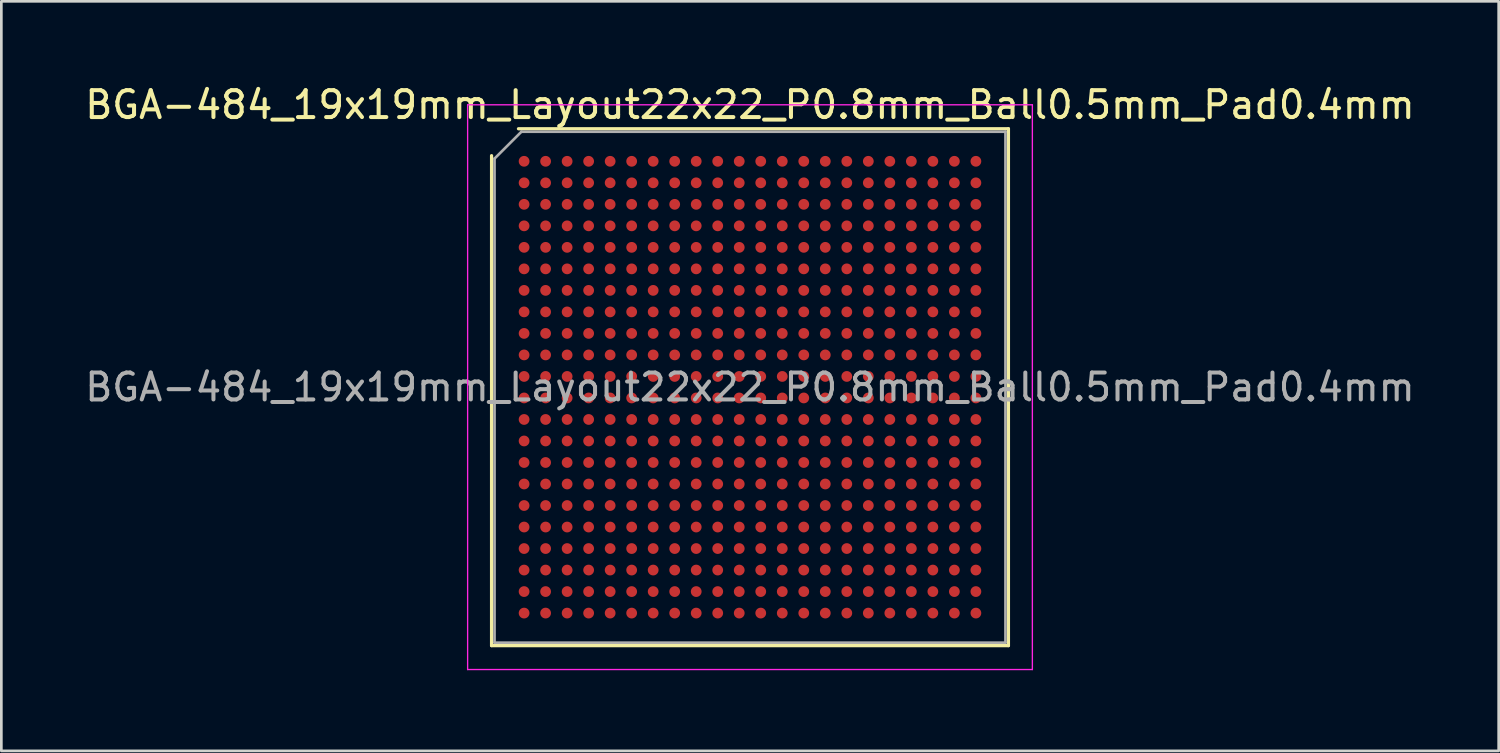
<source format=kicad_pcb>
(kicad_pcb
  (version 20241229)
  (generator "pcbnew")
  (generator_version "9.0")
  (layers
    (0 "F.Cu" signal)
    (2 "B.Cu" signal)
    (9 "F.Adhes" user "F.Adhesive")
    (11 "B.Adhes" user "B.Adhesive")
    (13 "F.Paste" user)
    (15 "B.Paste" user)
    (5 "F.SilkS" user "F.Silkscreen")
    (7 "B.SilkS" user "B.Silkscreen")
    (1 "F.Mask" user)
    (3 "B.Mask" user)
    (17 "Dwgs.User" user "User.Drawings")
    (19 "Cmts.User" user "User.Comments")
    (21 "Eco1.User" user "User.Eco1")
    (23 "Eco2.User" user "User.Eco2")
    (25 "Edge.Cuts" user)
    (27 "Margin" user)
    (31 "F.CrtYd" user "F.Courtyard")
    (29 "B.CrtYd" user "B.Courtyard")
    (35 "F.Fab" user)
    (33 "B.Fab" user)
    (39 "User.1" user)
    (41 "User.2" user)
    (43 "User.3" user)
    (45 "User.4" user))
  (footprint "BGA-484_19x19mm_Layout22x22_P0.8mm_Ball0.5mm_Pad0.4mm"
    (layer "F.Cu")
    (at 24.839 11.348)
    (property "Reference" "BGA-484_19x19mm_Layout22x22_P0.8mm_Ball0.5mm_Pad0.4mm" (at 0 -10.5 0) (layer "F.SilkS") (effects (font (size 1 1) (thickness 0.15))))
    (attr smd)
    (fp_line (start -9.61 9.61) (end -9.61 -8.61) (stroke (width 0.12) (type solid)) (layer "F.SilkS"))
    (fp_line (start -8.61 -9.61) (end 9.61 -9.61) (stroke (width 0.12) (type solid)) (layer "F.SilkS"))
    (fp_line (start 9.61 -9.61) (end 9.61 9.61) (stroke (width 0.12) (type solid)) (layer "F.SilkS"))
    (fp_line (start 9.61 9.61) (end -9.61 9.61) (stroke (width 0.12) (type solid)) (layer "F.SilkS"))
    (fp_line (start -10.5 -10.5) (end -10.5 10.5) (stroke (width 0.05) (type solid)) (layer "F.CrtYd"))
    (fp_line (start -10.5 10.5) (end 10.5 10.5) (stroke (width 0.05) (type solid)) (layer "F.CrtYd"))
    (fp_line (start 10.5 -10.5) (end -10.5 -10.5) (stroke (width 0.05) (type solid)) (layer "F.CrtYd"))
    (fp_line (start 10.5 10.5) (end 10.5 -10.5) (stroke (width 0.05) (type solid)) (layer "F.CrtYd"))
    (fp_line (start -9.5 -8.5) (end -8.5 -9.5) (stroke (width 0.1) (type solid)) (layer "F.Fab"))
    (fp_line (start -9.5 9.5) (end -9.5 -8.5) (stroke (width 0.1) (type solid)) (layer "F.Fab"))
    (fp_line (start -8.5 -9.5) (end 9.5 -9.5) (stroke (width 0.1) (type solid)) (layer "F.Fab"))
    (fp_line (start 9.5 -9.5) (end 9.5 9.5) (stroke (width 0.1) (type solid)) (layer "F.Fab"))
    (fp_line (start 9.5 9.5) (end -9.5 9.5) (stroke (width 0.1) (type solid)) (layer "F.Fab"))
    (fp_text user "${REFERENCE}" (at 0 0 0) (layer "F.Fab") (effects (font (size 1 1) (thickness 0.15))))
    (pad "A1" smd circle (at -8.4 -8.4) (size 0.4 0.4) (layers "F.Cu" "F.Mask" "F.Paste"))
    (pad "A2" smd circle (at -7.6 -8.4) (size 0.4 0.4) (layers "F.Cu" "F.Mask" "F.Paste"))
    (pad "A3" smd circle (at -6.8 -8.4) (size 0.4 0.4) (layers "F.Cu" "F.Mask" "F.Paste"))
    (pad "A4" smd circle (at -6 -8.4) (size 0.4 0.4) (layers "F.Cu" "F.Mask" "F.Paste"))
    (pad "A5" smd circle (at -5.2 -8.4) (size 0.4 0.4) (layers "F.Cu" "F.Mask" "F.Paste"))
    (pad "A6" smd circle (at -4.4 -8.4) (size 0.4 0.4) (layers "F.Cu" "F.Mask" "F.Paste"))
    (pad "A7" smd circle (at -3.6 -8.4) (size 0.4 0.4) (layers "F.Cu" "F.Mask" "F.Paste"))
    (pad "A8" smd circle (at -2.8 -8.4) (size 0.4 0.4) (layers "F.Cu" "F.Mask" "F.Paste"))
    (pad "A9" smd circle (at -2 -8.4) (size 0.4 0.4) (layers "F.Cu" "F.Mask" "F.Paste"))
    (pad "A10" smd circle (at -1.2 -8.4) (size 0.4 0.4) (layers "F.Cu" "F.Mask" "F.Paste"))
    (pad "A11" smd circle (at -0.4 -8.4) (size 0.4 0.4) (layers "F.Cu" "F.Mask" "F.Paste"))
    (pad "A12" smd circle (at 0.4 -8.4) (size 0.4 0.4) (layers "F.Cu" "F.Mask" "F.Paste"))
    (pad "A13" smd circle (at 1.2 -8.4) (size 0.4 0.4) (layers "F.Cu" "F.Mask" "F.Paste"))
    (pad "A14" smd circle (at 2 -8.4) (size 0.4 0.4) (layers "F.Cu" "F.Mask" "F.Paste"))
    (pad "A15" smd circle (at 2.8 -8.4) (size 0.4 0.4) (layers "F.Cu" "F.Mask" "F.Paste"))
    (pad "A16" smd circle (at 3.6 -8.4) (size 0.4 0.4) (layers "F.Cu" "F.Mask" "F.Paste"))
    (pad "A17" smd circle (at 4.4 -8.4) (size 0.4 0.4) (layers "F.Cu" "F.Mask" "F.Paste"))
    (pad "A18" smd circle (at 5.2 -8.4) (size 0.4 0.4) (layers "F.Cu" "F.Mask" "F.Paste"))
    (pad "A19" smd circle (at 6 -8.4) (size 0.4 0.4) (layers "F.Cu" "F.Mask" "F.Paste"))
    (pad "A20" smd circle (at 6.8 -8.4) (size 0.4 0.4) (layers "F.Cu" "F.Mask" "F.Paste"))
    (pad "A21" smd circle (at 7.6 -8.4) (size 0.4 0.4) (layers "F.Cu" "F.Mask" "F.Paste"))
    (pad "A22" smd circle (at 8.4 -8.4) (size 0.4 0.4) (layers "F.Cu" "F.Mask" "F.Paste"))
    (pad "AA1" smd circle (at -8.4 7.6) (size 0.4 0.4) (layers "F.Cu" "F.Mask" "F.Paste"))
    (pad "AA2" smd circle (at -7.6 7.6) (size 0.4 0.4) (layers "F.Cu" "F.Mask" "F.Paste"))
    (pad "AA3" smd circle (at -6.8 7.6) (size 0.4 0.4) (layers "F.Cu" "F.Mask" "F.Paste"))
    (pad "AA4" smd circle (at -6 7.6) (size 0.4 0.4) (layers "F.Cu" "F.Mask" "F.Paste"))
    (pad "AA5" smd circle (at -5.2 7.6) (size 0.4 0.4) (layers "F.Cu" "F.Mask" "F.Paste"))
    (pad "AA6" smd circle (at -4.4 7.6) (size 0.4 0.4) (layers "F.Cu" "F.Mask" "F.Paste"))
    (pad "AA7" smd circle (at -3.6 7.6) (size 0.4 0.4) (layers "F.Cu" "F.Mask" "F.Paste"))
    (pad "AA8" smd circle (at -2.8 7.6) (size 0.4 0.4) (layers "F.Cu" "F.Mask" "F.Paste"))
    (pad "AA9" smd circle (at -2 7.6) (size 0.4 0.4) (layers "F.Cu" "F.Mask" "F.Paste"))
    (pad "AA10" smd circle (at -1.2 7.6) (size 0.4 0.4) (layers "F.Cu" "F.Mask" "F.Paste"))
    (pad "AA11" smd circle (at -0.4 7.6) (size 0.4 0.4) (layers "F.Cu" "F.Mask" "F.Paste"))
    (pad "AA12" smd circle (at 0.4 7.6) (size 0.4 0.4) (layers "F.Cu" "F.Mask" "F.Paste"))
    (pad "AA13" smd circle (at 1.2 7.6) (size 0.4 0.4) (layers "F.Cu" "F.Mask" "F.Paste"))
    (pad "AA14" smd circle (at 2 7.6) (size 0.4 0.4) (layers "F.Cu" "F.Mask" "F.Paste"))
    (pad "AA15" smd circle (at 2.8 7.6) (size 0.4 0.4) (layers "F.Cu" "F.Mask" "F.Paste"))
    (pad "AA16" smd circle (at 3.6 7.6) (size 0.4 0.4) (layers "F.Cu" "F.Mask" "F.Paste"))
    (pad "AA17" smd circle (at 4.4 7.6) (size 0.4 0.4) (layers "F.Cu" "F.Mask" "F.Paste"))
    (pad "AA18" smd circle (at 5.2 7.6) (size 0.4 0.4) (layers "F.Cu" "F.Mask" "F.Paste"))
    (pad "AA19" smd circle (at 6 7.6) (size 0.4 0.4) (layers "F.Cu" "F.Mask" "F.Paste"))
    (pad "AA20" smd circle (at 6.8 7.6) (size 0.4 0.4) (layers "F.Cu" "F.Mask" "F.Paste"))
    (pad "AA21" smd circle (at 7.6 7.6) (size 0.4 0.4) (layers "F.Cu" "F.Mask" "F.Paste"))
    (pad "AA22" smd circle (at 8.4 7.6) (size 0.4 0.4) (layers "F.Cu" "F.Mask" "F.Paste"))
    (pad "AB1" smd circle (at -8.4 8.4) (size 0.4 0.4) (layers "F.Cu" "F.Mask" "F.Paste"))
    (pad "AB2" smd circle (at -7.6 8.4) (size 0.4 0.4) (layers "F.Cu" "F.Mask" "F.Paste"))
    (pad "AB3" smd circle (at -6.8 8.4) (size 0.4 0.4) (layers "F.Cu" "F.Mask" "F.Paste"))
    (pad "AB4" smd circle (at -6 8.4) (size 0.4 0.4) (layers "F.Cu" "F.Mask" "F.Paste"))
    (pad "AB5" smd circle (at -5.2 8.4) (size 0.4 0.4) (layers "F.Cu" "F.Mask" "F.Paste"))
    (pad "AB6" smd circle (at -4.4 8.4) (size 0.4 0.4) (layers "F.Cu" "F.Mask" "F.Paste"))
    (pad "AB7" smd circle (at -3.6 8.4) (size 0.4 0.4) (layers "F.Cu" "F.Mask" "F.Paste"))
    (pad "AB8" smd circle (at -2.8 8.4) (size 0.4 0.4) (layers "F.Cu" "F.Mask" "F.Paste"))
    (pad "AB9" smd circle (at -2 8.4) (size 0.4 0.4) (layers "F.Cu" "F.Mask" "F.Paste"))
    (pad "AB10" smd circle (at -1.2 8.4) (size 0.4 0.4) (layers "F.Cu" "F.Mask" "F.Paste"))
    (pad "AB11" smd circle (at -0.4 8.4) (size 0.4 0.4) (layers "F.Cu" "F.Mask" "F.Paste"))
    (pad "AB12" smd circle (at 0.4 8.4) (size 0.4 0.4) (layers "F.Cu" "F.Mask" "F.Paste"))
    (pad "AB13" smd circle (at 1.2 8.4) (size 0.4 0.4) (layers "F.Cu" "F.Mask" "F.Paste"))
    (pad "AB14" smd circle (at 2 8.4) (size 0.4 0.4) (layers "F.Cu" "F.Mask" "F.Paste"))
    (pad "AB15" smd circle (at 2.8 8.4) (size 0.4 0.4) (layers "F.Cu" "F.Mask" "F.Paste"))
    (pad "AB16" smd circle (at 3.6 8.4) (size 0.4 0.4) (layers "F.Cu" "F.Mask" "F.Paste"))
    (pad "AB17" smd circle (at 4.4 8.4) (size 0.4 0.4) (layers "F.Cu" "F.Mask" "F.Paste"))
    (pad "AB18" smd circle (at 5.2 8.4) (size 0.4 0.4) (layers "F.Cu" "F.Mask" "F.Paste"))
    (pad "AB19" smd circle (at 6 8.4) (size 0.4 0.4) (layers "F.Cu" "F.Mask" "F.Paste"))
    (pad "AB20" smd circle (at 6.8 8.4) (size 0.4 0.4) (layers "F.Cu" "F.Mask" "F.Paste"))
    (pad "AB21" smd circle (at 7.6 8.4) (size 0.4 0.4) (layers "F.Cu" "F.Mask" "F.Paste"))
    (pad "AB22" smd circle (at 8.4 8.4) (size 0.4 0.4) (layers "F.Cu" "F.Mask" "F.Paste"))
    (pad "B1" smd circle (at -8.4 -7.6) (size 0.4 0.4) (layers "F.Cu" "F.Mask" "F.Paste"))
    (pad "B2" smd circle (at -7.6 -7.6) (size 0.4 0.4) (layers "F.Cu" "F.Mask" "F.Paste"))
    (pad "B3" smd circle (at -6.8 -7.6) (size 0.4 0.4) (layers "F.Cu" "F.Mask" "F.Paste"))
    (pad "B4" smd circle (at -6 -7.6) (size 0.4 0.4) (layers "F.Cu" "F.Mask" "F.Paste"))
    (pad "B5" smd circle (at -5.2 -7.6) (size 0.4 0.4) (layers "F.Cu" "F.Mask" "F.Paste"))
    (pad "B6" smd circle (at -4.4 -7.6) (size 0.4 0.4) (layers "F.Cu" "F.Mask" "F.Paste"))
    (pad "B7" smd circle (at -3.6 -7.6) (size 0.4 0.4) (layers "F.Cu" "F.Mask" "F.Paste"))
    (pad "B8" smd circle (at -2.8 -7.6) (size 0.4 0.4) (layers "F.Cu" "F.Mask" "F.Paste"))
    (pad "B9" smd circle (at -2 -7.6) (size 0.4 0.4) (layers "F.Cu" "F.Mask" "F.Paste"))
    (pad "B10" smd circle (at -1.2 -7.6) (size 0.4 0.4) (layers "F.Cu" "F.Mask" "F.Paste"))
    (pad "B11" smd circle (at -0.4 -7.6) (size 0.4 0.4) (layers "F.Cu" "F.Mask" "F.Paste"))
    (pad "B12" smd circle (at 0.4 -7.6) (size 0.4 0.4) (layers "F.Cu" "F.Mask" "F.Paste"))
    (pad "B13" smd circle (at 1.2 -7.6) (size 0.4 0.4) (layers "F.Cu" "F.Mask" "F.Paste"))
    (pad "B14" smd circle (at 2 -7.6) (size 0.4 0.4) (layers "F.Cu" "F.Mask" "F.Paste"))
    (pad "B15" smd circle (at 2.8 -7.6) (size 0.4 0.4) (layers "F.Cu" "F.Mask" "F.Paste"))
    (pad "B16" smd circle (at 3.6 -7.6) (size 0.4 0.4) (layers "F.Cu" "F.Mask" "F.Paste"))
    (pad "B17" smd circle (at 4.4 -7.6) (size 0.4 0.4) (layers "F.Cu" "F.Mask" "F.Paste"))
    (pad "B18" smd circle (at 5.2 -7.6) (size 0.4 0.4) (layers "F.Cu" "F.Mask" "F.Paste"))
    (pad "B19" smd circle (at 6 -7.6) (size 0.4 0.4) (layers "F.Cu" "F.Mask" "F.Paste"))
    (pad "B20" smd circle (at 6.8 -7.6) (size 0.4 0.4) (layers "F.Cu" "F.Mask" "F.Paste"))
    (pad "B21" smd circle (at 7.6 -7.6) (size 0.4 0.4) (layers "F.Cu" "F.Mask" "F.Paste"))
    (pad "B22" smd circle (at 8.4 -7.6) (size 0.4 0.4) (layers "F.Cu" "F.Mask" "F.Paste"))
    (pad "C1" smd circle (at -8.4 -6.8) (size 0.4 0.4) (layers "F.Cu" "F.Mask" "F.Paste"))
    (pad "C2" smd circle (at -7.6 -6.8) (size 0.4 0.4) (layers "F.Cu" "F.Mask" "F.Paste"))
    (pad "C3" smd circle (at -6.8 -6.8) (size 0.4 0.4) (layers "F.Cu" "F.Mask" "F.Paste"))
    (pad "C4" smd circle (at -6 -6.8) (size 0.4 0.4) (layers "F.Cu" "F.Mask" "F.Paste"))
    (pad "C5" smd circle (at -5.2 -6.8) (size 0.4 0.4) (layers "F.Cu" "F.Mask" "F.Paste"))
    (pad "C6" smd circle (at -4.4 -6.8) (size 0.4 0.4) (layers "F.Cu" "F.Mask" "F.Paste"))
    (pad "C7" smd circle (at -3.6 -6.8) (size 0.4 0.4) (layers "F.Cu" "F.Mask" "F.Paste"))
    (pad "C8" smd circle (at -2.8 -6.8) (size 0.4 0.4) (layers "F.Cu" "F.Mask" "F.Paste"))
    (pad "C9" smd circle (at -2 -6.8) (size 0.4 0.4) (layers "F.Cu" "F.Mask" "F.Paste"))
    (pad "C10" smd circle (at -1.2 -6.8) (size 0.4 0.4) (layers "F.Cu" "F.Mask" "F.Paste"))
    (pad "C11" smd circle (at -0.4 -6.8) (size 0.4 0.4) (layers "F.Cu" "F.Mask" "F.Paste"))
    (pad "C12" smd circle (at 0.4 -6.8) (size 0.4 0.4) (layers "F.Cu" "F.Mask" "F.Paste"))
    (pad "C13" smd circle (at 1.2 -6.8) (size 0.4 0.4) (layers "F.Cu" "F.Mask" "F.Paste"))
    (pad "C14" smd circle (at 2 -6.8) (size 0.4 0.4) (layers "F.Cu" "F.Mask" "F.Paste"))
    (pad "C15" smd circle (at 2.8 -6.8) (size 0.4 0.4) (layers "F.Cu" "F.Mask" "F.Paste"))
    (pad "C16" smd circle (at 3.6 -6.8) (size 0.4 0.4) (layers "F.Cu" "F.Mask" "F.Paste"))
    (pad "C17" smd circle (at 4.4 -6.8) (size 0.4 0.4) (layers "F.Cu" "F.Mask" "F.Paste"))
    (pad "C18" smd circle (at 5.2 -6.8) (size 0.4 0.4) (layers "F.Cu" "F.Mask" "F.Paste"))
    (pad "C19" smd circle (at 6 -6.8) (size 0.4 0.4) (layers "F.Cu" "F.Mask" "F.Paste"))
    (pad "C20" smd circle (at 6.8 -6.8) (size 0.4 0.4) (layers "F.Cu" "F.Mask" "F.Paste"))
    (pad "C21" smd circle (at 7.6 -6.8) (size 0.4 0.4) (layers "F.Cu" "F.Mask" "F.Paste"))
    (pad "C22" smd circle (at 8.4 -6.8) (size 0.4 0.4) (layers "F.Cu" "F.Mask" "F.Paste"))
    (pad "D1" smd circle (at -8.4 -6) (size 0.4 0.4) (layers "F.Cu" "F.Mask" "F.Paste"))
    (pad "D2" smd circle (at -7.6 -6) (size 0.4 0.4) (layers "F.Cu" "F.Mask" "F.Paste"))
    (pad "D3" smd circle (at -6.8 -6) (size 0.4 0.4) (layers "F.Cu" "F.Mask" "F.Paste"))
    (pad "D4" smd circle (at -6 -6) (size 0.4 0.4) (layers "F.Cu" "F.Mask" "F.Paste"))
    (pad "D5" smd circle (at -5.2 -6) (size 0.4 0.4) (layers "F.Cu" "F.Mask" "F.Paste"))
    (pad "D6" smd circle (at -4.4 -6) (size 0.4 0.4) (layers "F.Cu" "F.Mask" "F.Paste"))
    (pad "D7" smd circle (at -3.6 -6) (size 0.4 0.4) (layers "F.Cu" "F.Mask" "F.Paste"))
    (pad "D8" smd circle (at -2.8 -6) (size 0.4 0.4) (layers "F.Cu" "F.Mask" "F.Paste"))
    (pad "D9" smd circle (at -2 -6) (size 0.4 0.4) (layers "F.Cu" "F.Mask" "F.Paste"))
    (pad "D10" smd circle (at -1.2 -6) (size 0.4 0.4) (layers "F.Cu" "F.Mask" "F.Paste"))
    (pad "D11" smd circle (at -0.4 -6) (size 0.4 0.4) (layers "F.Cu" "F.Mask" "F.Paste"))
    (pad "D12" smd circle (at 0.4 -6) (size 0.4 0.4) (layers "F.Cu" "F.Mask" "F.Paste"))
    (pad "D13" smd circle (at 1.2 -6) (size 0.4 0.4) (layers "F.Cu" "F.Mask" "F.Paste"))
    (pad "D14" smd circle (at 2 -6) (size 0.4 0.4) (layers "F.Cu" "F.Mask" "F.Paste"))
    (pad "D15" smd circle (at 2.8 -6) (size 0.4 0.4) (layers "F.Cu" "F.Mask" "F.Paste"))
    (pad "D16" smd circle (at 3.6 -6) (size 0.4 0.4) (layers "F.Cu" "F.Mask" "F.Paste"))
    (pad "D17" smd circle (at 4.4 -6) (size 0.4 0.4) (layers "F.Cu" "F.Mask" "F.Paste"))
    (pad "D18" smd circle (at 5.2 -6) (size 0.4 0.4) (layers "F.Cu" "F.Mask" "F.Paste"))
    (pad "D19" smd circle (at 6 -6) (size 0.4 0.4) (layers "F.Cu" "F.Mask" "F.Paste"))
    (pad "D20" smd circle (at 6.8 -6) (size 0.4 0.4) (layers "F.Cu" "F.Mask" "F.Paste"))
    (pad "D21" smd circle (at 7.6 -6) (size 0.4 0.4) (layers "F.Cu" "F.Mask" "F.Paste"))
    (pad "D22" smd circle (at 8.4 -6) (size 0.4 0.4) (layers "F.Cu" "F.Mask" "F.Paste"))
    (pad "E1" smd circle (at -8.4 -5.2) (size 0.4 0.4) (layers "F.Cu" "F.Mask" "F.Paste"))
    (pad "E2" smd circle (at -7.6 -5.2) (size 0.4 0.4) (layers "F.Cu" "F.Mask" "F.Paste"))
    (pad "E3" smd circle (at -6.8 -5.2) (size 0.4 0.4) (layers "F.Cu" "F.Mask" "F.Paste"))
    (pad "E4" smd circle (at -6 -5.2) (size 0.4 0.4) (layers "F.Cu" "F.Mask" "F.Paste"))
    (pad "E5" smd circle (at -5.2 -5.2) (size 0.4 0.4) (layers "F.Cu" "F.Mask" "F.Paste"))
    (pad "E6" smd circle (at -4.4 -5.2) (size 0.4 0.4) (layers "F.Cu" "F.Mask" "F.Paste"))
    (pad "E7" smd circle (at -3.6 -5.2) (size 0.4 0.4) (layers "F.Cu" "F.Mask" "F.Paste"))
    (pad "E8" smd circle (at -2.8 -5.2) (size 0.4 0.4) (layers "F.Cu" "F.Mask" "F.Paste"))
    (pad "E9" smd circle (at -2 -5.2) (size 0.4 0.4) (layers "F.Cu" "F.Mask" "F.Paste"))
    (pad "E10" smd circle (at -1.2 -5.2) (size 0.4 0.4) (layers "F.Cu" "F.Mask" "F.Paste"))
    (pad "E11" smd circle (at -0.4 -5.2) (size 0.4 0.4) (layers "F.Cu" "F.Mask" "F.Paste"))
    (pad "E12" smd circle (at 0.4 -5.2) (size 0.4 0.4) (layers "F.Cu" "F.Mask" "F.Paste"))
    (pad "E13" smd circle (at 1.2 -5.2) (size 0.4 0.4) (layers "F.Cu" "F.Mask" "F.Paste"))
    (pad "E14" smd circle (at 2 -5.2) (size 0.4 0.4) (layers "F.Cu" "F.Mask" "F.Paste"))
    (pad "E15" smd circle (at 2.8 -5.2) (size 0.4 0.4) (layers "F.Cu" "F.Mask" "F.Paste"))
    (pad "E16" smd circle (at 3.6 -5.2) (size 0.4 0.4) (layers "F.Cu" "F.Mask" "F.Paste"))
    (pad "E17" smd circle (at 4.4 -5.2) (size 0.4 0.4) (layers "F.Cu" "F.Mask" "F.Paste"))
    (pad "E18" smd circle (at 5.2 -5.2) (size 0.4 0.4) (layers "F.Cu" "F.Mask" "F.Paste"))
    (pad "E19" smd circle (at 6 -5.2) (size 0.4 0.4) (layers "F.Cu" "F.Mask" "F.Paste"))
    (pad "E20" smd circle (at 6.8 -5.2) (size 0.4 0.4) (layers "F.Cu" "F.Mask" "F.Paste"))
    (pad "E21" smd circle (at 7.6 -5.2) (size 0.4 0.4) (layers "F.Cu" "F.Mask" "F.Paste"))
    (pad "E22" smd circle (at 8.4 -5.2) (size 0.4 0.4) (layers "F.Cu" "F.Mask" "F.Paste"))
    (pad "F1" smd circle (at -8.4 -4.4) (size 0.4 0.4) (layers "F.Cu" "F.Mask" "F.Paste"))
    (pad "F2" smd circle (at -7.6 -4.4) (size 0.4 0.4) (layers "F.Cu" "F.Mask" "F.Paste"))
    (pad "F3" smd circle (at -6.8 -4.4) (size 0.4 0.4) (layers "F.Cu" "F.Mask" "F.Paste"))
    (pad "F4" smd circle (at -6 -4.4) (size 0.4 0.4) (layers "F.Cu" "F.Mask" "F.Paste"))
    (pad "F5" smd circle (at -5.2 -4.4) (size 0.4 0.4) (layers "F.Cu" "F.Mask" "F.Paste"))
    (pad "F6" smd circle (at -4.4 -4.4) (size 0.4 0.4) (layers "F.Cu" "F.Mask" "F.Paste"))
    (pad "F7" smd circle (at -3.6 -4.4) (size 0.4 0.4) (layers "F.Cu" "F.Mask" "F.Paste"))
    (pad "F8" smd circle (at -2.8 -4.4) (size 0.4 0.4) (layers "F.Cu" "F.Mask" "F.Paste"))
    (pad "F9" smd circle (at -2 -4.4) (size 0.4 0.4) (layers "F.Cu" "F.Mask" "F.Paste"))
    (pad "F10" smd circle (at -1.2 -4.4) (size 0.4 0.4) (layers "F.Cu" "F.Mask" "F.Paste"))
    (pad "F11" smd circle (at -0.4 -4.4) (size 0.4 0.4) (layers "F.Cu" "F.Mask" "F.Paste"))
    (pad "F12" smd circle (at 0.4 -4.4) (size 0.4 0.4) (layers "F.Cu" "F.Mask" "F.Paste"))
    (pad "F13" smd circle (at 1.2 -4.4) (size 0.4 0.4) (layers "F.Cu" "F.Mask" "F.Paste"))
    (pad "F14" smd circle (at 2 -4.4) (size 0.4 0.4) (layers "F.Cu" "F.Mask" "F.Paste"))
    (pad "F15" smd circle (at 2.8 -4.4) (size 0.4 0.4) (layers "F.Cu" "F.Mask" "F.Paste"))
    (pad "F16" smd circle (at 3.6 -4.4) (size 0.4 0.4) (layers "F.Cu" "F.Mask" "F.Paste"))
    (pad "F17" smd circle (at 4.4 -4.4) (size 0.4 0.4) (layers "F.Cu" "F.Mask" "F.Paste"))
    (pad "F18" smd circle (at 5.2 -4.4) (size 0.4 0.4) (layers "F.Cu" "F.Mask" "F.Paste"))
    (pad "F19" smd circle (at 6 -4.4) (size 0.4 0.4) (layers "F.Cu" "F.Mask" "F.Paste"))
    (pad "F20" smd circle (at 6.8 -4.4) (size 0.4 0.4) (layers "F.Cu" "F.Mask" "F.Paste"))
    (pad "F21" smd circle (at 7.6 -4.4) (size 0.4 0.4) (layers "F.Cu" "F.Mask" "F.Paste"))
    (pad "F22" smd circle (at 8.4 -4.4) (size 0.4 0.4) (layers "F.Cu" "F.Mask" "F.Paste"))
    (pad "G1" smd circle (at -8.4 -3.6) (size 0.4 0.4) (layers "F.Cu" "F.Mask" "F.Paste"))
    (pad "G2" smd circle (at -7.6 -3.6) (size 0.4 0.4) (layers "F.Cu" "F.Mask" "F.Paste"))
    (pad "G3" smd circle (at -6.8 -3.6) (size 0.4 0.4) (layers "F.Cu" "F.Mask" "F.Paste"))
    (pad "G4" smd circle (at -6 -3.6) (size 0.4 0.4) (layers "F.Cu" "F.Mask" "F.Paste"))
    (pad "G5" smd circle (at -5.2 -3.6) (size 0.4 0.4) (layers "F.Cu" "F.Mask" "F.Paste"))
    (pad "G6" smd circle (at -4.4 -3.6) (size 0.4 0.4) (layers "F.Cu" "F.Mask" "F.Paste"))
    (pad "G7" smd circle (at -3.6 -3.6) (size 0.4 0.4) (layers "F.Cu" "F.Mask" "F.Paste"))
    (pad "G8" smd circle (at -2.8 -3.6) (size 0.4 0.4) (layers "F.Cu" "F.Mask" "F.Paste"))
    (pad "G9" smd circle (at -2 -3.6) (size 0.4 0.4) (layers "F.Cu" "F.Mask" "F.Paste"))
    (pad "G10" smd circle (at -1.2 -3.6) (size 0.4 0.4) (layers "F.Cu" "F.Mask" "F.Paste"))
    (pad "G11" smd circle (at -0.4 -3.6) (size 0.4 0.4) (layers "F.Cu" "F.Mask" "F.Paste"))
    (pad "G12" smd circle (at 0.4 -3.6) (size 0.4 0.4) (layers "F.Cu" "F.Mask" "F.Paste"))
    (pad "G13" smd circle (at 1.2 -3.6) (size 0.4 0.4) (layers "F.Cu" "F.Mask" "F.Paste"))
    (pad "G14" smd circle (at 2 -3.6) (size 0.4 0.4) (layers "F.Cu" "F.Mask" "F.Paste"))
    (pad "G15" smd circle (at 2.8 -3.6) (size 0.4 0.4) (layers "F.Cu" "F.Mask" "F.Paste"))
    (pad "G16" smd circle (at 3.6 -3.6) (size 0.4 0.4) (layers "F.Cu" "F.Mask" "F.Paste"))
    (pad "G17" smd circle (at 4.4 -3.6) (size 0.4 0.4) (layers "F.Cu" "F.Mask" "F.Paste"))
    (pad "G18" smd circle (at 5.2 -3.6) (size 0.4 0.4) (layers "F.Cu" "F.Mask" "F.Paste"))
    (pad "G19" smd circle (at 6 -3.6) (size 0.4 0.4) (layers "F.Cu" "F.Mask" "F.Paste"))
    (pad "G20" smd circle (at 6.8 -3.6) (size 0.4 0.4) (layers "F.Cu" "F.Mask" "F.Paste"))
    (pad "G21" smd circle (at 7.6 -3.6) (size 0.4 0.4) (layers "F.Cu" "F.Mask" "F.Paste"))
    (pad "G22" smd circle (at 8.4 -3.6) (size 0.4 0.4) (layers "F.Cu" "F.Mask" "F.Paste"))
    (pad "H1" smd circle (at -8.4 -2.8) (size 0.4 0.4) (layers "F.Cu" "F.Mask" "F.Paste"))
    (pad "H2" smd circle (at -7.6 -2.8) (size 0.4 0.4) (layers "F.Cu" "F.Mask" "F.Paste"))
    (pad "H3" smd circle (at -6.8 -2.8) (size 0.4 0.4) (layers "F.Cu" "F.Mask" "F.Paste"))
    (pad "H4" smd circle (at -6 -2.8) (size 0.4 0.4) (layers "F.Cu" "F.Mask" "F.Paste"))
    (pad "H5" smd circle (at -5.2 -2.8) (size 0.4 0.4) (layers "F.Cu" "F.Mask" "F.Paste"))
    (pad "H6" smd circle (at -4.4 -2.8) (size 0.4 0.4) (layers "F.Cu" "F.Mask" "F.Paste"))
    (pad "H7" smd circle (at -3.6 -2.8) (size 0.4 0.4) (layers "F.Cu" "F.Mask" "F.Paste"))
    (pad "H8" smd circle (at -2.8 -2.8) (size 0.4 0.4) (layers "F.Cu" "F.Mask" "F.Paste"))
    (pad "H9" smd circle (at -2 -2.8) (size 0.4 0.4) (layers "F.Cu" "F.Mask" "F.Paste"))
    (pad "H10" smd circle (at -1.2 -2.8) (size 0.4 0.4) (layers "F.Cu" "F.Mask" "F.Paste"))
    (pad "H11" smd circle (at -0.4 -2.8) (size 0.4 0.4) (layers "F.Cu" "F.Mask" "F.Paste"))
    (pad "H12" smd circle (at 0.4 -2.8) (size 0.4 0.4) (layers "F.Cu" "F.Mask" "F.Paste"))
    (pad "H13" smd circle (at 1.2 -2.8) (size 0.4 0.4) (layers "F.Cu" "F.Mask" "F.Paste"))
    (pad "H14" smd circle (at 2 -2.8) (size 0.4 0.4) (layers "F.Cu" "F.Mask" "F.Paste"))
    (pad "H15" smd circle (at 2.8 -2.8) (size 0.4 0.4) (layers "F.Cu" "F.Mask" "F.Paste"))
    (pad "H16" smd circle (at 3.6 -2.8) (size 0.4 0.4) (layers "F.Cu" "F.Mask" "F.Paste"))
    (pad "H17" smd circle (at 4.4 -2.8) (size 0.4 0.4) (layers "F.Cu" "F.Mask" "F.Paste"))
    (pad "H18" smd circle (at 5.2 -2.8) (size 0.4 0.4) (layers "F.Cu" "F.Mask" "F.Paste"))
    (pad "H19" smd circle (at 6 -2.8) (size 0.4 0.4) (layers "F.Cu" "F.Mask" "F.Paste"))
    (pad "H20" smd circle (at 6.8 -2.8) (size 0.4 0.4) (layers "F.Cu" "F.Mask" "F.Paste"))
    (pad "H21" smd circle (at 7.6 -2.8) (size 0.4 0.4) (layers "F.Cu" "F.Mask" "F.Paste"))
    (pad "H22" smd circle (at 8.4 -2.8) (size 0.4 0.4) (layers "F.Cu" "F.Mask" "F.Paste"))
    (pad "J1" smd circle (at -8.4 -2) (size 0.4 0.4) (layers "F.Cu" "F.Mask" "F.Paste"))
    (pad "J2" smd circle (at -7.6 -2) (size 0.4 0.4) (layers "F.Cu" "F.Mask" "F.Paste"))
    (pad "J3" smd circle (at -6.8 -2) (size 0.4 0.4) (layers "F.Cu" "F.Mask" "F.Paste"))
    (pad "J4" smd circle (at -6 -2) (size 0.4 0.4) (layers "F.Cu" "F.Mask" "F.Paste"))
    (pad "J5" smd circle (at -5.2 -2) (size 0.4 0.4) (layers "F.Cu" "F.Mask" "F.Paste"))
    (pad "J6" smd circle (at -4.4 -2) (size 0.4 0.4) (layers "F.Cu" "F.Mask" "F.Paste"))
    (pad "J7" smd circle (at -3.6 -2) (size 0.4 0.4) (layers "F.Cu" "F.Mask" "F.Paste"))
    (pad "J8" smd circle (at -2.8 -2) (size 0.4 0.4) (layers "F.Cu" "F.Mask" "F.Paste"))
    (pad "J9" smd circle (at -2 -2) (size 0.4 0.4) (layers "F.Cu" "F.Mask" "F.Paste"))
    (pad "J10" smd circle (at -1.2 -2) (size 0.4 0.4) (layers "F.Cu" "F.Mask" "F.Paste"))
    (pad "J11" smd circle (at -0.4 -2) (size 0.4 0.4) (layers "F.Cu" "F.Mask" "F.Paste"))
    (pad "J12" smd circle (at 0.4 -2) (size 0.4 0.4) (layers "F.Cu" "F.Mask" "F.Paste"))
    (pad "J13" smd circle (at 1.2 -2) (size 0.4 0.4) (layers "F.Cu" "F.Mask" "F.Paste"))
    (pad "J14" smd circle (at 2 -2) (size 0.4 0.4) (layers "F.Cu" "F.Mask" "F.Paste"))
    (pad "J15" smd circle (at 2.8 -2) (size 0.4 0.4) (layers "F.Cu" "F.Mask" "F.Paste"))
    (pad "J16" smd circle (at 3.6 -2) (size 0.4 0.4) (layers "F.Cu" "F.Mask" "F.Paste"))
    (pad "J17" smd circle (at 4.4 -2) (size 0.4 0.4) (layers "F.Cu" "F.Mask" "F.Paste"))
    (pad "J18" smd circle (at 5.2 -2) (size 0.4 0.4) (layers "F.Cu" "F.Mask" "F.Paste"))
    (pad "J19" smd circle (at 6 -2) (size 0.4 0.4) (layers "F.Cu" "F.Mask" "F.Paste"))
    (pad "J20" smd circle (at 6.8 -2) (size 0.4 0.4) (layers "F.Cu" "F.Mask" "F.Paste"))
    (pad "J21" smd circle (at 7.6 -2) (size 0.4 0.4) (layers "F.Cu" "F.Mask" "F.Paste"))
    (pad "J22" smd circle (at 8.4 -2) (size 0.4 0.4) (layers "F.Cu" "F.Mask" "F.Paste"))
    (pad "K1" smd circle (at -8.4 -1.2) (size 0.4 0.4) (layers "F.Cu" "F.Mask" "F.Paste"))
    (pad "K2" smd circle (at -7.6 -1.2) (size 0.4 0.4) (layers "F.Cu" "F.Mask" "F.Paste"))
    (pad "K3" smd circle (at -6.8 -1.2) (size 0.4 0.4) (layers "F.Cu" "F.Mask" "F.Paste"))
    (pad "K4" smd circle (at -6 -1.2) (size 0.4 0.4) (layers "F.Cu" "F.Mask" "F.Paste"))
    (pad "K5" smd circle (at -5.2 -1.2) (size 0.4 0.4) (layers "F.Cu" "F.Mask" "F.Paste"))
    (pad "K6" smd circle (at -4.4 -1.2) (size 0.4 0.4) (layers "F.Cu" "F.Mask" "F.Paste"))
    (pad "K7" smd circle (at -3.6 -1.2) (size 0.4 0.4) (layers "F.Cu" "F.Mask" "F.Paste"))
    (pad "K8" smd circle (at -2.8 -1.2) (size 0.4 0.4) (layers "F.Cu" "F.Mask" "F.Paste"))
    (pad "K9" smd circle (at -2 -1.2) (size 0.4 0.4) (layers "F.Cu" "F.Mask" "F.Paste"))
    (pad "K10" smd circle (at -1.2 -1.2) (size 0.4 0.4) (layers "F.Cu" "F.Mask" "F.Paste"))
    (pad "K11" smd circle (at -0.4 -1.2) (size 0.4 0.4) (layers "F.Cu" "F.Mask" "F.Paste"))
    (pad "K12" smd circle (at 0.4 -1.2) (size 0.4 0.4) (layers "F.Cu" "F.Mask" "F.Paste"))
    (pad "K13" smd circle (at 1.2 -1.2) (size 0.4 0.4) (layers "F.Cu" "F.Mask" "F.Paste"))
    (pad "K14" smd circle (at 2 -1.2) (size 0.4 0.4) (layers "F.Cu" "F.Mask" "F.Paste"))
    (pad "K15" smd circle (at 2.8 -1.2) (size 0.4 0.4) (layers "F.Cu" "F.Mask" "F.Paste"))
    (pad "K16" smd circle (at 3.6 -1.2) (size 0.4 0.4) (layers "F.Cu" "F.Mask" "F.Paste"))
    (pad "K17" smd circle (at 4.4 -1.2) (size 0.4 0.4) (layers "F.Cu" "F.Mask" "F.Paste"))
    (pad "K18" smd circle (at 5.2 -1.2) (size 0.4 0.4) (layers "F.Cu" "F.Mask" "F.Paste"))
    (pad "K19" smd circle (at 6 -1.2) (size 0.4 0.4) (layers "F.Cu" "F.Mask" "F.Paste"))
    (pad "K20" smd circle (at 6.8 -1.2) (size 0.4 0.4) (layers "F.Cu" "F.Mask" "F.Paste"))
    (pad "K21" smd circle (at 7.6 -1.2) (size 0.4 0.4) (layers "F.Cu" "F.Mask" "F.Paste"))
    (pad "K22" smd circle (at 8.4 -1.2) (size 0.4 0.4) (layers "F.Cu" "F.Mask" "F.Paste"))
    (pad "L1" smd circle (at -8.4 -0.4) (size 0.4 0.4) (layers "F.Cu" "F.Mask" "F.Paste"))
    (pad "L2" smd circle (at -7.6 -0.4) (size 0.4 0.4) (layers "F.Cu" "F.Mask" "F.Paste"))
    (pad "L3" smd circle (at -6.8 -0.4) (size 0.4 0.4) (layers "F.Cu" "F.Mask" "F.Paste"))
    (pad "L4" smd circle (at -6 -0.4) (size 0.4 0.4) (layers "F.Cu" "F.Mask" "F.Paste"))
    (pad "L5" smd circle (at -5.2 -0.4) (size 0.4 0.4) (layers "F.Cu" "F.Mask" "F.Paste"))
    (pad "L6" smd circle (at -4.4 -0.4) (size 0.4 0.4) (layers "F.Cu" "F.Mask" "F.Paste"))
    (pad "L7" smd circle (at -3.6 -0.4) (size 0.4 0.4) (layers "F.Cu" "F.Mask" "F.Paste"))
    (pad "L8" smd circle (at -2.8 -0.4) (size 0.4 0.4) (layers "F.Cu" "F.Mask" "F.Paste"))
    (pad "L9" smd circle (at -2 -0.4) (size 0.4 0.4) (layers "F.Cu" "F.Mask" "F.Paste"))
    (pad "L10" smd circle (at -1.2 -0.4) (size 0.4 0.4) (layers "F.Cu" "F.Mask" "F.Paste"))
    (pad "L11" smd circle (at -0.4 -0.4) (size 0.4 0.4) (layers "F.Cu" "F.Mask" "F.Paste"))
    (pad "L12" smd circle (at 0.4 -0.4) (size 0.4 0.4) (layers "F.Cu" "F.Mask" "F.Paste"))
    (pad "L13" smd circle (at 1.2 -0.4) (size 0.4 0.4) (layers "F.Cu" "F.Mask" "F.Paste"))
    (pad "L14" smd circle (at 2 -0.4) (size 0.4 0.4) (layers "F.Cu" "F.Mask" "F.Paste"))
    (pad "L15" smd circle (at 2.8 -0.4) (size 0.4 0.4) (layers "F.Cu" "F.Mask" "F.Paste"))
    (pad "L16" smd circle (at 3.6 -0.4) (size 0.4 0.4) (layers "F.Cu" "F.Mask" "F.Paste"))
    (pad "L17" smd circle (at 4.4 -0.4) (size 0.4 0.4) (layers "F.Cu" "F.Mask" "F.Paste"))
    (pad "L18" smd circle (at 5.2 -0.4) (size 0.4 0.4) (layers "F.Cu" "F.Mask" "F.Paste"))
    (pad "L19" smd circle (at 6 -0.4) (size 0.4 0.4) (layers "F.Cu" "F.Mask" "F.Paste"))
    (pad "L20" smd circle (at 6.8 -0.4) (size 0.4 0.4) (layers "F.Cu" "F.Mask" "F.Paste"))
    (pad "L21" smd circle (at 7.6 -0.4) (size 0.4 0.4) (layers "F.Cu" "F.Mask" "F.Paste"))
    (pad "L22" smd circle (at 8.4 -0.4) (size 0.4 0.4) (layers "F.Cu" "F.Mask" "F.Paste"))
    (pad "M1" smd circle (at -8.4 0.4) (size 0.4 0.4) (layers "F.Cu" "F.Mask" "F.Paste"))
    (pad "M2" smd circle (at -7.6 0.4) (size 0.4 0.4) (layers "F.Cu" "F.Mask" "F.Paste"))
    (pad "M3" smd circle (at -6.8 0.4) (size 0.4 0.4) (layers "F.Cu" "F.Mask" "F.Paste"))
    (pad "M4" smd circle (at -6 0.4) (size 0.4 0.4) (layers "F.Cu" "F.Mask" "F.Paste"))
    (pad "M5" smd circle (at -5.2 0.4) (size 0.4 0.4) (layers "F.Cu" "F.Mask" "F.Paste"))
    (pad "M6" smd circle (at -4.4 0.4) (size 0.4 0.4) (layers "F.Cu" "F.Mask" "F.Paste"))
    (pad "M7" smd circle (at -3.6 0.4) (size 0.4 0.4) (layers "F.Cu" "F.Mask" "F.Paste"))
    (pad "M8" smd circle (at -2.8 0.4) (size 0.4 0.4) (layers "F.Cu" "F.Mask" "F.Paste"))
    (pad "M9" smd circle (at -2 0.4) (size 0.4 0.4) (layers "F.Cu" "F.Mask" "F.Paste"))
    (pad "M10" smd circle (at -1.2 0.4) (size 0.4 0.4) (layers "F.Cu" "F.Mask" "F.Paste"))
    (pad "M11" smd circle (at -0.4 0.4) (size 0.4 0.4) (layers "F.Cu" "F.Mask" "F.Paste"))
    (pad "M12" smd circle (at 0.4 0.4) (size 0.4 0.4) (layers "F.Cu" "F.Mask" "F.Paste"))
    (pad "M13" smd circle (at 1.2 0.4) (size 0.4 0.4) (layers "F.Cu" "F.Mask" "F.Paste"))
    (pad "M14" smd circle (at 2 0.4) (size 0.4 0.4) (layers "F.Cu" "F.Mask" "F.Paste"))
    (pad "M15" smd circle (at 2.8 0.4) (size 0.4 0.4) (layers "F.Cu" "F.Mask" "F.Paste"))
    (pad "M16" smd circle (at 3.6 0.4) (size 0.4 0.4) (layers "F.Cu" "F.Mask" "F.Paste"))
    (pad "M17" smd circle (at 4.4 0.4) (size 0.4 0.4) (layers "F.Cu" "F.Mask" "F.Paste"))
    (pad "M18" smd circle (at 5.2 0.4) (size 0.4 0.4) (layers "F.Cu" "F.Mask" "F.Paste"))
    (pad "M19" smd circle (at 6 0.4) (size 0.4 0.4) (layers "F.Cu" "F.Mask" "F.Paste"))
    (pad "M20" smd circle (at 6.8 0.4) (size 0.4 0.4) (layers "F.Cu" "F.Mask" "F.Paste"))
    (pad "M21" smd circle (at 7.6 0.4) (size 0.4 0.4) (layers "F.Cu" "F.Mask" "F.Paste"))
    (pad "M22" smd circle (at 8.4 0.4) (size 0.4 0.4) (layers "F.Cu" "F.Mask" "F.Paste"))
    (pad "N1" smd circle (at -8.4 1.2) (size 0.4 0.4) (layers "F.Cu" "F.Mask" "F.Paste"))
    (pad "N2" smd circle (at -7.6 1.2) (size 0.4 0.4) (layers "F.Cu" "F.Mask" "F.Paste"))
    (pad "N3" smd circle (at -6.8 1.2) (size 0.4 0.4) (layers "F.Cu" "F.Mask" "F.Paste"))
    (pad "N4" smd circle (at -6 1.2) (size 0.4 0.4) (layers "F.Cu" "F.Mask" "F.Paste"))
    (pad "N5" smd circle (at -5.2 1.2) (size 0.4 0.4) (layers "F.Cu" "F.Mask" "F.Paste"))
    (pad "N6" smd circle (at -4.4 1.2) (size 0.4 0.4) (layers "F.Cu" "F.Mask" "F.Paste"))
    (pad "N7" smd circle (at -3.6 1.2) (size 0.4 0.4) (layers "F.Cu" "F.Mask" "F.Paste"))
    (pad "N8" smd circle (at -2.8 1.2) (size 0.4 0.4) (layers "F.Cu" "F.Mask" "F.Paste"))
    (pad "N9" smd circle (at -2 1.2) (size 0.4 0.4) (layers "F.Cu" "F.Mask" "F.Paste"))
    (pad "N10" smd circle (at -1.2 1.2) (size 0.4 0.4) (layers "F.Cu" "F.Mask" "F.Paste"))
    (pad "N11" smd circle (at -0.4 1.2) (size 0.4 0.4) (layers "F.Cu" "F.Mask" "F.Paste"))
    (pad "N12" smd circle (at 0.4 1.2) (size 0.4 0.4) (layers "F.Cu" "F.Mask" "F.Paste"))
    (pad "N13" smd circle (at 1.2 1.2) (size 0.4 0.4) (layers "F.Cu" "F.Mask" "F.Paste"))
    (pad "N14" smd circle (at 2 1.2) (size 0.4 0.4) (layers "F.Cu" "F.Mask" "F.Paste"))
    (pad "N15" smd circle (at 2.8 1.2) (size 0.4 0.4) (layers "F.Cu" "F.Mask" "F.Paste"))
    (pad "N16" smd circle (at 3.6 1.2) (size 0.4 0.4) (layers "F.Cu" "F.Mask" "F.Paste"))
    (pad "N17" smd circle (at 4.4 1.2) (size 0.4 0.4) (layers "F.Cu" "F.Mask" "F.Paste"))
    (pad "N18" smd circle (at 5.2 1.2) (size 0.4 0.4) (layers "F.Cu" "F.Mask" "F.Paste"))
    (pad "N19" smd circle (at 6 1.2) (size 0.4 0.4) (layers "F.Cu" "F.Mask" "F.Paste"))
    (pad "N20" smd circle (at 6.8 1.2) (size 0.4 0.4) (layers "F.Cu" "F.Mask" "F.Paste"))
    (pad "N21" smd circle (at 7.6 1.2) (size 0.4 0.4) (layers "F.Cu" "F.Mask" "F.Paste"))
    (pad "N22" smd circle (at 8.4 1.2) (size 0.4 0.4) (layers "F.Cu" "F.Mask" "F.Paste"))
    (pad "P1" smd circle (at -8.4 2) (size 0.4 0.4) (layers "F.Cu" "F.Mask" "F.Paste"))
    (pad "P2" smd circle (at -7.6 2) (size 0.4 0.4) (layers "F.Cu" "F.Mask" "F.Paste"))
    (pad "P3" smd circle (at -6.8 2) (size 0.4 0.4) (layers "F.Cu" "F.Mask" "F.Paste"))
    (pad "P4" smd circle (at -6 2) (size 0.4 0.4) (layers "F.Cu" "F.Mask" "F.Paste"))
    (pad "P5" smd circle (at -5.2 2) (size 0.4 0.4) (layers "F.Cu" "F.Mask" "F.Paste"))
    (pad "P6" smd circle (at -4.4 2) (size 0.4 0.4) (layers "F.Cu" "F.Mask" "F.Paste"))
    (pad "P7" smd circle (at -3.6 2) (size 0.4 0.4) (layers "F.Cu" "F.Mask" "F.Paste"))
    (pad "P8" smd circle (at -2.8 2) (size 0.4 0.4) (layers "F.Cu" "F.Mask" "F.Paste"))
    (pad "P9" smd circle (at -2 2) (size 0.4 0.4) (layers "F.Cu" "F.Mask" "F.Paste"))
    (pad "P10" smd circle (at -1.2 2) (size 0.4 0.4) (layers "F.Cu" "F.Mask" "F.Paste"))
    (pad "P11" smd circle (at -0.4 2) (size 0.4 0.4) (layers "F.Cu" "F.Mask" "F.Paste"))
    (pad "P12" smd circle (at 0.4 2) (size 0.4 0.4) (layers "F.Cu" "F.Mask" "F.Paste"))
    (pad "P13" smd circle (at 1.2 2) (size 0.4 0.4) (layers "F.Cu" "F.Mask" "F.Paste"))
    (pad "P14" smd circle (at 2 2) (size 0.4 0.4) (layers "F.Cu" "F.Mask" "F.Paste"))
    (pad "P15" smd circle (at 2.8 2) (size 0.4 0.4) (layers "F.Cu" "F.Mask" "F.Paste"))
    (pad "P16" smd circle (at 3.6 2) (size 0.4 0.4) (layers "F.Cu" "F.Mask" "F.Paste"))
    (pad "P17" smd circle (at 4.4 2) (size 0.4 0.4) (layers "F.Cu" "F.Mask" "F.Paste"))
    (pad "P18" smd circle (at 5.2 2) (size 0.4 0.4) (layers "F.Cu" "F.Mask" "F.Paste"))
    (pad "P19" smd circle (at 6 2) (size 0.4 0.4) (layers "F.Cu" "F.Mask" "F.Paste"))
    (pad "P20" smd circle (at 6.8 2) (size 0.4 0.4) (layers "F.Cu" "F.Mask" "F.Paste"))
    (pad "P21" smd circle (at 7.6 2) (size 0.4 0.4) (layers "F.Cu" "F.Mask" "F.Paste"))
    (pad "P22" smd circle (at 8.4 2) (size 0.4 0.4) (layers "F.Cu" "F.Mask" "F.Paste"))
    (pad "R1" smd circle (at -8.4 2.8) (size 0.4 0.4) (layers "F.Cu" "F.Mask" "F.Paste"))
    (pad "R2" smd circle (at -7.6 2.8) (size 0.4 0.4) (layers "F.Cu" "F.Mask" "F.Paste"))
    (pad "R3" smd circle (at -6.8 2.8) (size 0.4 0.4) (layers "F.Cu" "F.Mask" "F.Paste"))
    (pad "R4" smd circle (at -6 2.8) (size 0.4 0.4) (layers "F.Cu" "F.Mask" "F.Paste"))
    (pad "R5" smd circle (at -5.2 2.8) (size 0.4 0.4) (layers "F.Cu" "F.Mask" "F.Paste"))
    (pad "R6" smd circle (at -4.4 2.8) (size 0.4 0.4) (layers "F.Cu" "F.Mask" "F.Paste"))
    (pad "R7" smd circle (at -3.6 2.8) (size 0.4 0.4) (layers "F.Cu" "F.Mask" "F.Paste"))
    (pad "R8" smd circle (at -2.8 2.8) (size 0.4 0.4) (layers "F.Cu" "F.Mask" "F.Paste"))
    (pad "R9" smd circle (at -2 2.8) (size 0.4 0.4) (layers "F.Cu" "F.Mask" "F.Paste"))
    (pad "R10" smd circle (at -1.2 2.8) (size 0.4 0.4) (layers "F.Cu" "F.Mask" "F.Paste"))
    (pad "R11" smd circle (at -0.4 2.8) (size 0.4 0.4) (layers "F.Cu" "F.Mask" "F.Paste"))
    (pad "R12" smd circle (at 0.4 2.8) (size 0.4 0.4) (layers "F.Cu" "F.Mask" "F.Paste"))
    (pad "R13" smd circle (at 1.2 2.8) (size 0.4 0.4) (layers "F.Cu" "F.Mask" "F.Paste"))
    (pad "R14" smd circle (at 2 2.8) (size 0.4 0.4) (layers "F.Cu" "F.Mask" "F.Paste"))
    (pad "R15" smd circle (at 2.8 2.8) (size 0.4 0.4) (layers "F.Cu" "F.Mask" "F.Paste"))
    (pad "R16" smd circle (at 3.6 2.8) (size 0.4 0.4) (layers "F.Cu" "F.Mask" "F.Paste"))
    (pad "R17" smd circle (at 4.4 2.8) (size 0.4 0.4) (layers "F.Cu" "F.Mask" "F.Paste"))
    (pad "R18" smd circle (at 5.2 2.8) (size 0.4 0.4) (layers "F.Cu" "F.Mask" "F.Paste"))
    (pad "R19" smd circle (at 6 2.8) (size 0.4 0.4) (layers "F.Cu" "F.Mask" "F.Paste"))
    (pad "R20" smd circle (at 6.8 2.8) (size 0.4 0.4) (layers "F.Cu" "F.Mask" "F.Paste"))
    (pad "R21" smd circle (at 7.6 2.8) (size 0.4 0.4) (layers "F.Cu" "F.Mask" "F.Paste"))
    (pad "R22" smd circle (at 8.4 2.8) (size 0.4 0.4) (layers "F.Cu" "F.Mask" "F.Paste"))
    (pad "T1" smd circle (at -8.4 3.6) (size 0.4 0.4) (layers "F.Cu" "F.Mask" "F.Paste"))
    (pad "T2" smd circle (at -7.6 3.6) (size 0.4 0.4) (layers "F.Cu" "F.Mask" "F.Paste"))
    (pad "T3" smd circle (at -6.8 3.6) (size 0.4 0.4) (layers "F.Cu" "F.Mask" "F.Paste"))
    (pad "T4" smd circle (at -6 3.6) (size 0.4 0.4) (layers "F.Cu" "F.Mask" "F.Paste"))
    (pad "T5" smd circle (at -5.2 3.6) (size 0.4 0.4) (layers "F.Cu" "F.Mask" "F.Paste"))
    (pad "T6" smd circle (at -4.4 3.6) (size 0.4 0.4) (layers "F.Cu" "F.Mask" "F.Paste"))
    (pad "T7" smd circle (at -3.6 3.6) (size 0.4 0.4) (layers "F.Cu" "F.Mask" "F.Paste"))
    (pad "T8" smd circle (at -2.8 3.6) (size 0.4 0.4) (layers "F.Cu" "F.Mask" "F.Paste"))
    (pad "T9" smd circle (at -2 3.6) (size 0.4 0.4) (layers "F.Cu" "F.Mask" "F.Paste"))
    (pad "T10" smd circle (at -1.2 3.6) (size 0.4 0.4) (layers "F.Cu" "F.Mask" "F.Paste"))
    (pad "T11" smd circle (at -0.4 3.6) (size 0.4 0.4) (layers "F.Cu" "F.Mask" "F.Paste"))
    (pad "T12" smd circle (at 0.4 3.6) (size 0.4 0.4) (layers "F.Cu" "F.Mask" "F.Paste"))
    (pad "T13" smd circle (at 1.2 3.6) (size 0.4 0.4) (layers "F.Cu" "F.Mask" "F.Paste"))
    (pad "T14" smd circle (at 2 3.6) (size 0.4 0.4) (layers "F.Cu" "F.Mask" "F.Paste"))
    (pad "T15" smd circle (at 2.8 3.6) (size 0.4 0.4) (layers "F.Cu" "F.Mask" "F.Paste"))
    (pad "T16" smd circle (at 3.6 3.6) (size 0.4 0.4) (layers "F.Cu" "F.Mask" "F.Paste"))
    (pad "T17" smd circle (at 4.4 3.6) (size 0.4 0.4) (layers "F.Cu" "F.Mask" "F.Paste"))
    (pad "T18" smd circle (at 5.2 3.6) (size 0.4 0.4) (layers "F.Cu" "F.Mask" "F.Paste"))
    (pad "T19" smd circle (at 6 3.6) (size 0.4 0.4) (layers "F.Cu" "F.Mask" "F.Paste"))
    (pad "T20" smd circle (at 6.8 3.6) (size 0.4 0.4) (layers "F.Cu" "F.Mask" "F.Paste"))
    (pad "T21" smd circle (at 7.6 3.6) (size 0.4 0.4) (layers "F.Cu" "F.Mask" "F.Paste"))
    (pad "T22" smd circle (at 8.4 3.6) (size 0.4 0.4) (layers "F.Cu" "F.Mask" "F.Paste"))
    (pad "U1" smd circle (at -8.4 4.4) (size 0.4 0.4) (layers "F.Cu" "F.Mask" "F.Paste"))
    (pad "U2" smd circle (at -7.6 4.4) (size 0.4 0.4) (layers "F.Cu" "F.Mask" "F.Paste"))
    (pad "U3" smd circle (at -6.8 4.4) (size 0.4 0.4) (layers "F.Cu" "F.Mask" "F.Paste"))
    (pad "U4" smd circle (at -6 4.4) (size 0.4 0.4) (layers "F.Cu" "F.Mask" "F.Paste"))
    (pad "U5" smd circle (at -5.2 4.4) (size 0.4 0.4) (layers "F.Cu" "F.Mask" "F.Paste"))
    (pad "U6" smd circle (at -4.4 4.4) (size 0.4 0.4) (layers "F.Cu" "F.Mask" "F.Paste"))
    (pad "U7" smd circle (at -3.6 4.4) (size 0.4 0.4) (layers "F.Cu" "F.Mask" "F.Paste"))
    (pad "U8" smd circle (at -2.8 4.4) (size 0.4 0.4) (layers "F.Cu" "F.Mask" "F.Paste"))
    (pad "U9" smd circle (at -2 4.4) (size 0.4 0.4) (layers "F.Cu" "F.Mask" "F.Paste"))
    (pad "U10" smd circle (at -1.2 4.4) (size 0.4 0.4) (layers "F.Cu" "F.Mask" "F.Paste"))
    (pad "U11" smd circle (at -0.4 4.4) (size 0.4 0.4) (layers "F.Cu" "F.Mask" "F.Paste"))
    (pad "U12" smd circle (at 0.4 4.4) (size 0.4 0.4) (layers "F.Cu" "F.Mask" "F.Paste"))
    (pad "U13" smd circle (at 1.2 4.4) (size 0.4 0.4) (layers "F.Cu" "F.Mask" "F.Paste"))
    (pad "U14" smd circle (at 2 4.4) (size 0.4 0.4) (layers "F.Cu" "F.Mask" "F.Paste"))
    (pad "U15" smd circle (at 2.8 4.4) (size 0.4 0.4) (layers "F.Cu" "F.Mask" "F.Paste"))
    (pad "U16" smd circle (at 3.6 4.4) (size 0.4 0.4) (layers "F.Cu" "F.Mask" "F.Paste"))
    (pad "U17" smd circle (at 4.4 4.4) (size 0.4 0.4) (layers "F.Cu" "F.Mask" "F.Paste"))
    (pad "U18" smd circle (at 5.2 4.4) (size 0.4 0.4) (layers "F.Cu" "F.Mask" "F.Paste"))
    (pad "U19" smd circle (at 6 4.4) (size 0.4 0.4) (layers "F.Cu" "F.Mask" "F.Paste"))
    (pad "U20" smd circle (at 6.8 4.4) (size 0.4 0.4) (layers "F.Cu" "F.Mask" "F.Paste"))
    (pad "U21" smd circle (at 7.6 4.4) (size 0.4 0.4) (layers "F.Cu" "F.Mask" "F.Paste"))
    (pad "U22" smd circle (at 8.4 4.4) (size 0.4 0.4) (layers "F.Cu" "F.Mask" "F.Paste"))
    (pad "V1" smd circle (at -8.4 5.2) (size 0.4 0.4) (layers "F.Cu" "F.Mask" "F.Paste"))
    (pad "V2" smd circle (at -7.6 5.2) (size 0.4 0.4) (layers "F.Cu" "F.Mask" "F.Paste"))
    (pad "V3" smd circle (at -6.8 5.2) (size 0.4 0.4) (layers "F.Cu" "F.Mask" "F.Paste"))
    (pad "V4" smd circle (at -6 5.2) (size 0.4 0.4) (layers "F.Cu" "F.Mask" "F.Paste"))
    (pad "V5" smd circle (at -5.2 5.2) (size 0.4 0.4) (layers "F.Cu" "F.Mask" "F.Paste"))
    (pad "V6" smd circle (at -4.4 5.2) (size 0.4 0.4) (layers "F.Cu" "F.Mask" "F.Paste"))
    (pad "V7" smd circle (at -3.6 5.2) (size 0.4 0.4) (layers "F.Cu" "F.Mask" "F.Paste"))
    (pad "V8" smd circle (at -2.8 5.2) (size 0.4 0.4) (layers "F.Cu" "F.Mask" "F.Paste"))
    (pad "V9" smd circle (at -2 5.2) (size 0.4 0.4) (layers "F.Cu" "F.Mask" "F.Paste"))
    (pad "V10" smd circle (at -1.2 5.2) (size 0.4 0.4) (layers "F.Cu" "F.Mask" "F.Paste"))
    (pad "V11" smd circle (at -0.4 5.2) (size 0.4 0.4) (layers "F.Cu" "F.Mask" "F.Paste"))
    (pad "V12" smd circle (at 0.4 5.2) (size 0.4 0.4) (layers "F.Cu" "F.Mask" "F.Paste"))
    (pad "V13" smd circle (at 1.2 5.2) (size 0.4 0.4) (layers "F.Cu" "F.Mask" "F.Paste"))
    (pad "V14" smd circle (at 2 5.2) (size 0.4 0.4) (layers "F.Cu" "F.Mask" "F.Paste"))
    (pad "V15" smd circle (at 2.8 5.2) (size 0.4 0.4) (layers "F.Cu" "F.Mask" "F.Paste"))
    (pad "V16" smd circle (at 3.6 5.2) (size 0.4 0.4) (layers "F.Cu" "F.Mask" "F.Paste"))
    (pad "V17" smd circle (at 4.4 5.2) (size 0.4 0.4) (layers "F.Cu" "F.Mask" "F.Paste"))
    (pad "V18" smd circle (at 5.2 5.2) (size 0.4 0.4) (layers "F.Cu" "F.Mask" "F.Paste"))
    (pad "V19" smd circle (at 6 5.2) (size 0.4 0.4) (layers "F.Cu" "F.Mask" "F.Paste"))
    (pad "V20" smd circle (at 6.8 5.2) (size 0.4 0.4) (layers "F.Cu" "F.Mask" "F.Paste"))
    (pad "V21" smd circle (at 7.6 5.2) (size 0.4 0.4) (layers "F.Cu" "F.Mask" "F.Paste"))
    (pad "V22" smd circle (at 8.4 5.2) (size 0.4 0.4) (layers "F.Cu" "F.Mask" "F.Paste"))
    (pad "W1" smd circle (at -8.4 6) (size 0.4 0.4) (layers "F.Cu" "F.Mask" "F.Paste"))
    (pad "W2" smd circle (at -7.6 6) (size 0.4 0.4) (layers "F.Cu" "F.Mask" "F.Paste"))
    (pad "W3" smd circle (at -6.8 6) (size 0.4 0.4) (layers "F.Cu" "F.Mask" "F.Paste"))
    (pad "W4" smd circle (at -6 6) (size 0.4 0.4) (layers "F.Cu" "F.Mask" "F.Paste"))
    (pad "W5" smd circle (at -5.2 6) (size 0.4 0.4) (layers "F.Cu" "F.Mask" "F.Paste"))
    (pad "W6" smd circle (at -4.4 6) (size 0.4 0.4) (layers "F.Cu" "F.Mask" "F.Paste"))
    (pad "W7" smd circle (at -3.6 6) (size 0.4 0.4) (layers "F.Cu" "F.Mask" "F.Paste"))
    (pad "W8" smd circle (at -2.8 6) (size 0.4 0.4) (layers "F.Cu" "F.Mask" "F.Paste"))
    (pad "W9" smd circle (at -2 6) (size 0.4 0.4) (layers "F.Cu" "F.Mask" "F.Paste"))
    (pad "W10" smd circle (at -1.2 6) (size 0.4 0.4) (layers "F.Cu" "F.Mask" "F.Paste"))
    (pad "W11" smd circle (at -0.4 6) (size 0.4 0.4) (layers "F.Cu" "F.Mask" "F.Paste"))
    (pad "W12" smd circle (at 0.4 6) (size 0.4 0.4) (layers "F.Cu" "F.Mask" "F.Paste"))
    (pad "W13" smd circle (at 1.2 6) (size 0.4 0.4) (layers "F.Cu" "F.Mask" "F.Paste"))
    (pad "W14" smd circle (at 2 6) (size 0.4 0.4) (layers "F.Cu" "F.Mask" "F.Paste"))
    (pad "W15" smd circle (at 2.8 6) (size 0.4 0.4) (layers "F.Cu" "F.Mask" "F.Paste"))
    (pad "W16" smd circle (at 3.6 6) (size 0.4 0.4) (layers "F.Cu" "F.Mask" "F.Paste"))
    (pad "W17" smd circle (at 4.4 6) (size 0.4 0.4) (layers "F.Cu" "F.Mask" "F.Paste"))
    (pad "W18" smd circle (at 5.2 6) (size 0.4 0.4) (layers "F.Cu" "F.Mask" "F.Paste"))
    (pad "W19" smd circle (at 6 6) (size 0.4 0.4) (layers "F.Cu" "F.Mask" "F.Paste"))
    (pad "W20" smd circle (at 6.8 6) (size 0.4 0.4) (layers "F.Cu" "F.Mask" "F.Paste"))
    (pad "W21" smd circle (at 7.6 6) (size 0.4 0.4) (layers "F.Cu" "F.Mask" "F.Paste"))
    (pad "W22" smd circle (at 8.4 6) (size 0.4 0.4) (layers "F.Cu" "F.Mask" "F.Paste"))
    (pad "Y1" smd circle (at -8.4 6.8) (size 0.4 0.4) (layers "F.Cu" "F.Mask" "F.Paste"))
    (pad "Y2" smd circle (at -7.6 6.8) (size 0.4 0.4) (layers "F.Cu" "F.Mask" "F.Paste"))
    (pad "Y3" smd circle (at -6.8 6.8) (size 0.4 0.4) (layers "F.Cu" "F.Mask" "F.Paste"))
    (pad "Y4" smd circle (at -6 6.8) (size 0.4 0.4) (layers "F.Cu" "F.Mask" "F.Paste"))
    (pad "Y5" smd circle (at -5.2 6.8) (size 0.4 0.4) (layers "F.Cu" "F.Mask" "F.Paste"))
    (pad "Y6" smd circle (at -4.4 6.8) (size 0.4 0.4) (layers "F.Cu" "F.Mask" "F.Paste"))
    (pad "Y7" smd circle (at -3.6 6.8) (size 0.4 0.4) (layers "F.Cu" "F.Mask" "F.Paste"))
    (pad "Y8" smd circle (at -2.8 6.8) (size 0.4 0.4) (layers "F.Cu" "F.Mask" "F.Paste"))
    (pad "Y9" smd circle (at -2 6.8) (size 0.4 0.4) (layers "F.Cu" "F.Mask" "F.Paste"))
    (pad "Y10" smd circle (at -1.2 6.8) (size 0.4 0.4) (layers "F.Cu" "F.Mask" "F.Paste"))
    (pad "Y11" smd circle (at -0.4 6.8) (size 0.4 0.4) (layers "F.Cu" "F.Mask" "F.Paste"))
    (pad "Y12" smd circle (at 0.4 6.8) (size 0.4 0.4) (layers "F.Cu" "F.Mask" "F.Paste"))
    (pad "Y13" smd circle (at 1.2 6.8) (size 0.4 0.4) (layers "F.Cu" "F.Mask" "F.Paste"))
    (pad "Y14" smd circle (at 2 6.8) (size 0.4 0.4) (layers "F.Cu" "F.Mask" "F.Paste"))
    (pad "Y15" smd circle (at 2.8 6.8) (size 0.4 0.4) (layers "F.Cu" "F.Mask" "F.Paste"))
    (pad "Y16" smd circle (at 3.6 6.8) (size 0.4 0.4) (layers "F.Cu" "F.Mask" "F.Paste"))
    (pad "Y17" smd circle (at 4.4 6.8) (size 0.4 0.4) (layers "F.Cu" "F.Mask" "F.Paste"))
    (pad "Y18" smd circle (at 5.2 6.8) (size 0.4 0.4) (layers "F.Cu" "F.Mask" "F.Paste"))
    (pad "Y19" smd circle (at 6 6.8) (size 0.4 0.4) (layers "F.Cu" "F.Mask" "F.Paste"))
    (pad "Y20" smd circle (at 6.8 6.8) (size 0.4 0.4) (layers "F.Cu" "F.Mask" "F.Paste"))
    (pad "Y21" smd circle (at 7.6 6.8) (size 0.4 0.4) (layers "F.Cu" "F.Mask" "F.Paste"))
    (pad "Y22" smd circle (at 8.4 6.8) (size 0.4 0.4) (layers "F.Cu" "F.Mask" "F.Paste")))
  (gr_rect
    (start -3 -3)
    (end 52.679 24.873)
    (stroke (width 0.1) (type default))
    (fill no)
    (layer "Edge.Cuts")))
</source>
